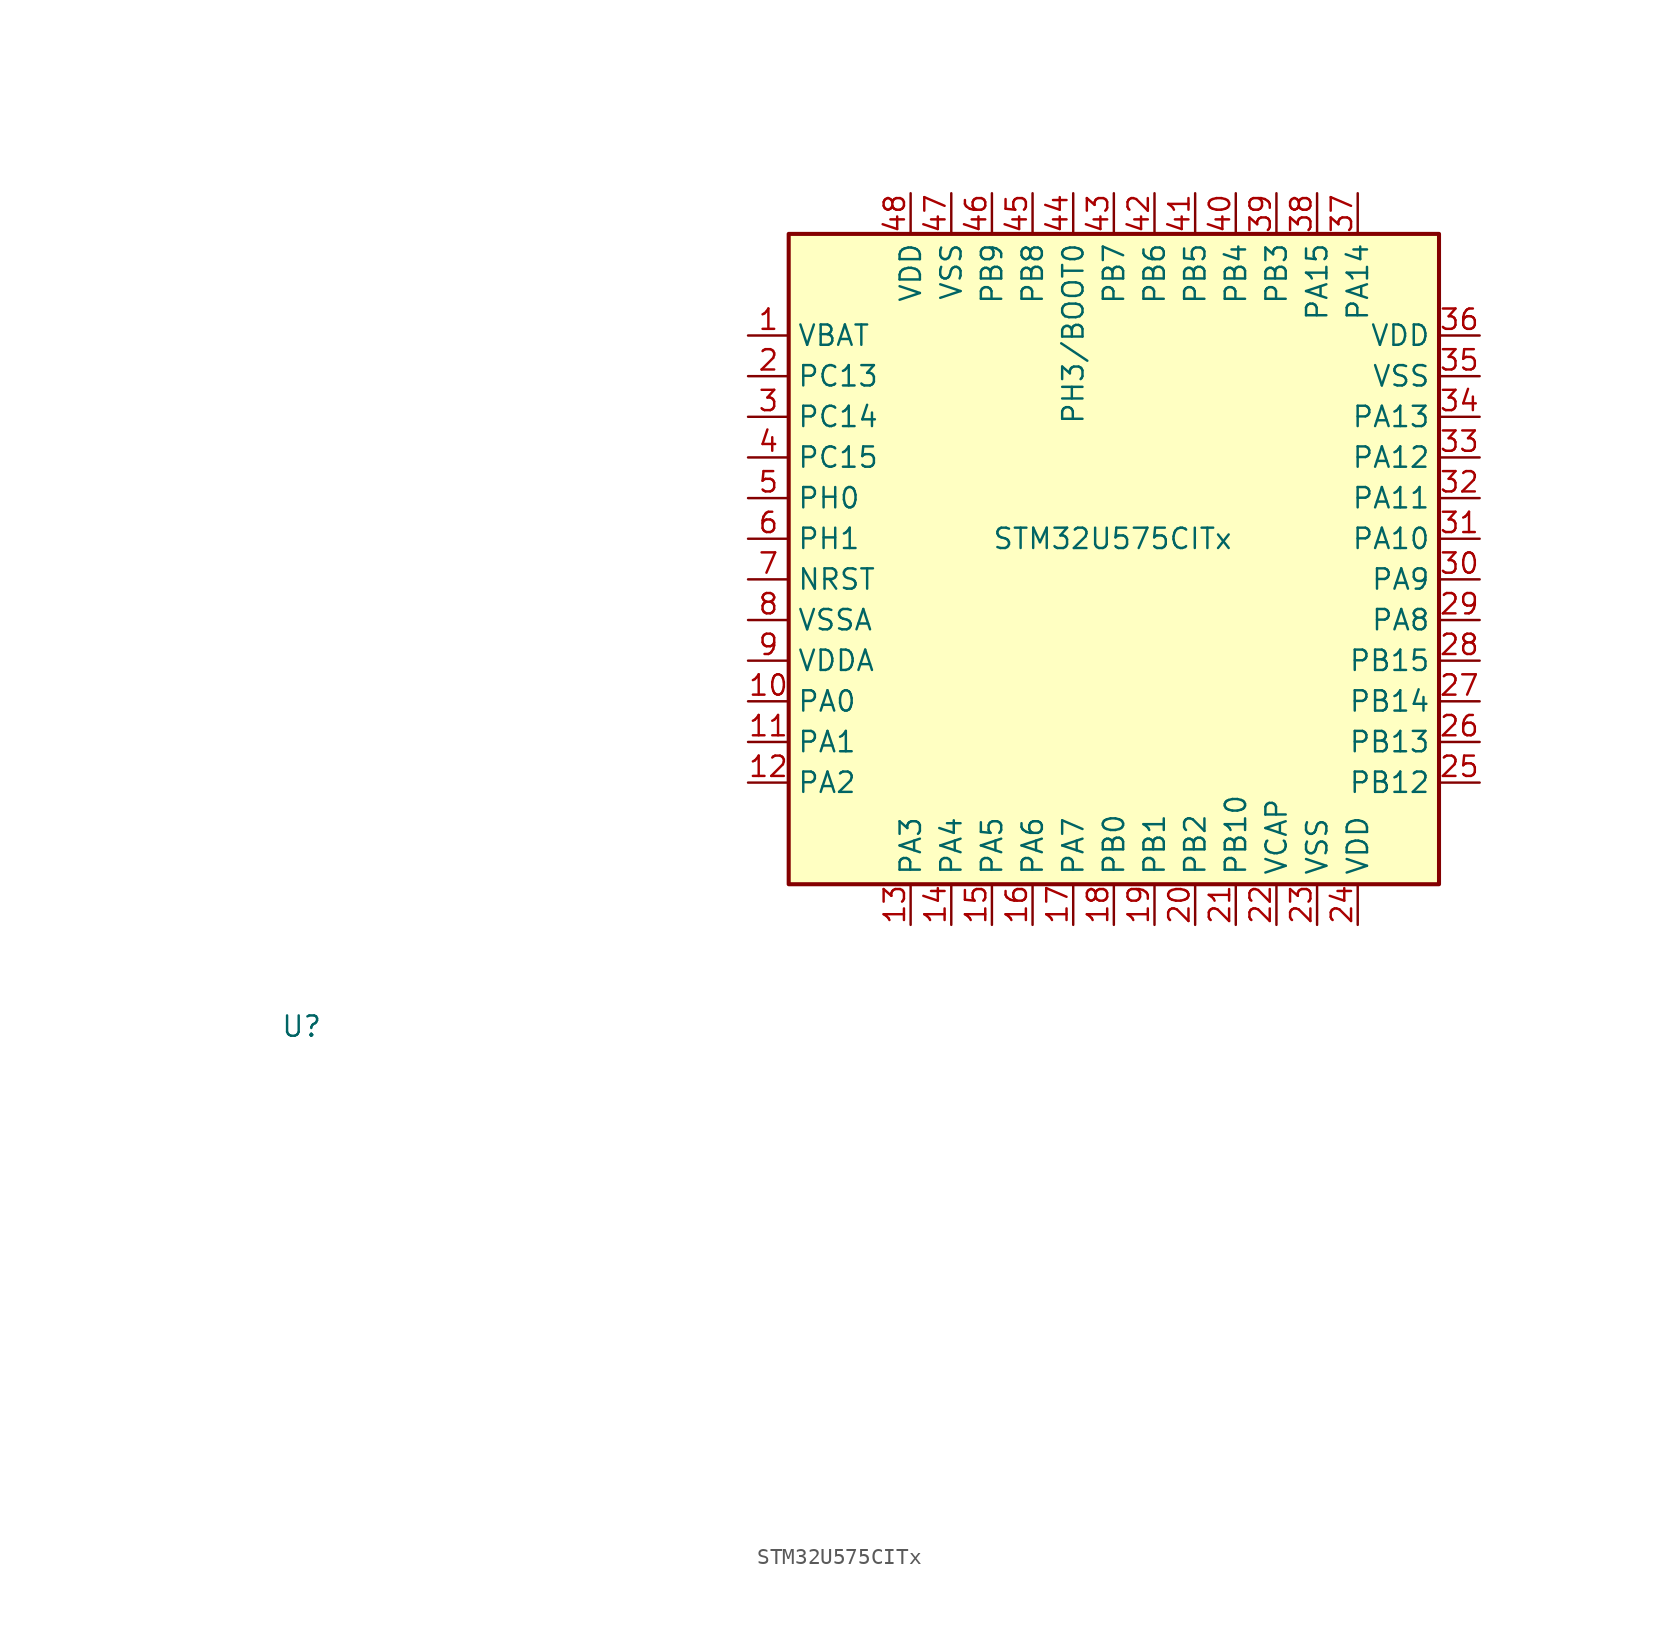
<source format=kicad_sym>
(kicad_symbol_lib
  (version 20241209)
  (generator "kicad_symbol_editor")
  (generator_version "9.0")
  (symbol "STM32U575CITx"
    (property "Reference" "U"
      (at -52.07 -30.48 0)
      (effects (font (size 1.27 1.27)) (justify left)))
    (property "Value" "STM32U575CITx"
      (at -7.62 0 0)
      (effects (font (size 1.27 1.27)) (justify left)))
    (symbol "STM32U575CITx_0_1"
      (rectangle (start -20.32 19.05) (end 20.32 -21.59) (stroke (width 0.254) (type default)) (fill (type background))))
    (symbol "STM32U575CITx_1_1"
      (pin passive line (at -57.15 -54.61 0) (length 2.54) (hide yes) (name "VSS" (effects (font (size 1.27 1.27)))) (number "35" (effects (font (size 1.27 1.27)))))
      (pin passive line (at -57.15 -54.61 0) (length 2.54) (hide yes) (name "VSS" (effects (font (size 1.27 1.27)))) (number "47" (effects (font (size 1.27 1.27)))))
      (pin power_in line (at -22.86 12.7 0) (length 2.54) (name "VBAT" (effects (font (size 1.27 1.27)))) (number "1" (effects (font (size 1.27 1.27)))))
      (pin bidirectional line (at -22.86 10.16 0) (length 2.54) (name "PC13" (effects (font (size 1.27 1.27)))) (number "2" (effects (font (size 1.27 1.27)))) (alternate "PWR_WKUP2" bidirectional line) (alternate "RTC_OUT1" bidirectional line) (alternate "RTC_TS" bidirectional line) (alternate "TAMP_IN1" bidirectional line) (alternate "TAMP_OUT2" bidirectional line))
      (pin bidirectional line (at -22.86 7.62 0) (length 2.54) (name "PC14" (effects (font (size 1.27 1.27)))) (number "3" (effects (font (size 1.27 1.27)))) (alternate "RCC_OSC32_IN" bidirectional line))
      (pin bidirectional line (at -22.86 5.08 0) (length 2.54) (name "PC15" (effects (font (size 1.27 1.27)))) (number "4" (effects (font (size 1.27 1.27)))) (alternate "ADC1_EXTI15" bidirectional line) (alternate "ADC4_EXTI15" bidirectional line) (alternate "RCC_OSC32_OUT" bidirectional line))
      (pin bidirectional line (at -22.86 2.54 0) (length 2.54) (name "PH0" (effects (font (size 1.27 1.27)))) (number "5" (effects (font (size 1.27 1.27)))) (alternate "RCC_OSC_IN" bidirectional line))
      (pin bidirectional line (at -22.86 0 0) (length 2.54) (name "PH1" (effects (font (size 1.27 1.27)))) (number "6" (effects (font (size 1.27 1.27)))) (alternate "RCC_OSC_OUT" bidirectional line))
      (pin input line (at -22.86 -2.54 0) (length 2.54) (name "NRST" (effects (font (size 1.27 1.27)))) (number "7" (effects (font (size 1.27 1.27)))))
      (pin power_in line (at -22.86 -5.08 0) (length 2.54) (name "VSSA" (effects (font (size 1.27 1.27)))) (number "8" (effects (font (size 1.27 1.27)))))
      (pin power_in line (at -22.86 -7.62 0) (length 2.54) (name "VDDA" (effects (font (size 1.27 1.27)))) (number "9" (effects (font (size 1.27 1.27)))))
      (pin bidirectional line (at -22.86 -10.16 0) (length 2.54) (name "PA0" (effects (font (size 1.27 1.27)))) (number "10" (effects (font (size 1.27 1.27)))) (alternate "ADC1_IN5" bidirectional line) (alternate "AUDIOCLK" bidirectional line) (alternate "OCTOSPIM_P2_NCS" bidirectional line) (alternate "OPAMP1_VINP" bidirectional line) (alternate "PWR_WKUP1" bidirectional line) (alternate "SPI3_RDY" bidirectional line) (alternate "TAMP_IN2" bidirectional line) (alternate "TAMP_OUT1" bidirectional line) (alternate "TIM2_CH1" bidirectional line) (alternate "TIM2_ETR" bidirectional line) (alternate "TIM5_CH1" bidirectional line) (alternate "TIM8_ETR" bidirectional line) (alternate "UART4_TX" bidirectional line) (alternate "USART2_CTS" bidirectional line))
      (pin bidirectional line (at -22.86 -12.7 0) (length 2.54) (name "PA1" (effects (font (size 1.27 1.27)))) (number "11" (effects (font (size 1.27 1.27)))) (alternate "ADC1_IN6" bidirectional line) (alternate "I2C1_SMBA" bidirectional line) (alternate "LPTIM1_CH2" bidirectional line) (alternate "OCTOSPIM_P1_DQS" bidirectional line) (alternate "OPAMP1_VINM" bidirectional line) (alternate "PWR_WKUP3" bidirectional line) (alternate "SPI1_SCK" bidirectional line) (alternate "TAMP_IN5" bidirectional line) (alternate "TAMP_OUT4" bidirectional line) (alternate "TIM15_CH1N" bidirectional line) (alternate "TIM2_CH2" bidirectional line) (alternate "TIM5_CH2" bidirectional line) (alternate "UART4_RX" bidirectional line) (alternate "USART2_DE" bidirectional line) (alternate "USART2_RTS" bidirectional line))
      (pin bidirectional line (at -22.86 -15.24 0) (length 2.54) (name "PA2" (effects (font (size 1.27 1.27)))) (number "12" (effects (font (size 1.27 1.27)))) (alternate "ADC1_IN7" bidirectional line) (alternate "COMP1_INP" bidirectional line) (alternate "LPUART1_TX" bidirectional line) (alternate "OCTOSPIM_P1_NCS" bidirectional line) (alternate "PWR_WKUP4" bidirectional line) (alternate "RCC_LSCO" bidirectional line) (alternate "SPI1_RDY" bidirectional line) (alternate "TIM15_CH1" bidirectional line) (alternate "TIM2_CH3" bidirectional line) (alternate "TIM5_CH3" bidirectional line) (alternate "UCPD1_FRSTX1" bidirectional line) (alternate "USART2_TX" bidirectional line))
      (pin power_in line (at -12.7 21.59 270) (length 2.54) (name "VDD" (effects (font (size 1.27 1.27)))) (number "48" (effects (font (size 1.27 1.27)))))
      (pin bidirectional line (at -12.7 -24.13 90) (length 2.54) (name "PA3" (effects (font (size 1.27 1.27)))) (number "13" (effects (font (size 1.27 1.27)))) (alternate "ADC1_IN8" bidirectional line) (alternate "LPUART1_RX" bidirectional line) (alternate "OCTOSPIM_P1_CLK" bidirectional line) (alternate "OPAMP1_VOUT" bidirectional line) (alternate "PWR_WKUP5" bidirectional line) (alternate "SAI1_CK1" bidirectional line) (alternate "SAI1_MCLK_A" bidirectional line) (alternate "TIM15_CH2" bidirectional line) (alternate "TIM2_CH4" bidirectional line) (alternate "TIM5_CH4" bidirectional line) (alternate "USART2_RX" bidirectional line))
      (pin power_in line (at -10.16 21.59 270) (length 2.54) (name "VSS" (effects (font (size 1.27 1.27)))) (number "47" (effects (font (size 1.27 1.27)))))
      (pin bidirectional line (at -10.16 -24.13 90) (length 2.54) (name "PA4" (effects (font (size 1.27 1.27)))) (number "14" (effects (font (size 1.27 1.27)))) (alternate "ADC1_IN9" bidirectional line) (alternate "ADC4_IN9" bidirectional line) (alternate "DAC1_OUT1" bidirectional line) (alternate "LPTIM2_CH1" bidirectional line) (alternate "OCTOSPIM_P1_NCS" bidirectional line) (alternate "PWR_WKUP2" bidirectional line) (alternate "SAI1_FS_B" bidirectional line) (alternate "SPI1_NSS" bidirectional line) (alternate "SPI3_NSS" bidirectional line) (alternate "USART2_CK" bidirectional line))
      (pin bidirectional line (at -7.62 21.59 270) (length 2.54) (name "PB9" (effects (font (size 1.27 1.27)))) (number "46" (effects (font (size 1.27 1.27)))) (alternate "DAC1_EXTI9" bidirectional line) (alternate "FDCAN1_TX" bidirectional line) (alternate "I2C1_SDA" bidirectional line) (alternate "IR_OUT" bidirectional line) (alternate "SAI1_D2" bidirectional line) (alternate "SAI1_FS_A" bidirectional line) (alternate "SPI2_NSS" bidirectional line) (alternate "TIM17_CH1" bidirectional line) (alternate "TIM4_CH4" bidirectional line))
      (pin bidirectional line (at -7.62 -24.13 90) (length 2.54) (name "PA5" (effects (font (size 1.27 1.27)))) (number "15" (effects (font (size 1.27 1.27)))) (alternate "ADC1_IN10" bidirectional line) (alternate "ADC4_IN10" bidirectional line) (alternate "DAC1_OUT2" bidirectional line) (alternate "LPTIM2_ETR" bidirectional line) (alternate "PWR_CSLEEP" bidirectional line) (alternate "PWR_WKUP6" bidirectional line) (alternate "SPI1_SCK" bidirectional line) (alternate "TIM2_CH1" bidirectional line) (alternate "TIM2_ETR" bidirectional line) (alternate "TIM8_CH1N" bidirectional line) (alternate "USART3_RX" bidirectional line))
      (pin bidirectional line (at -5.08 21.59 270) (length 2.54) (name "PB8" (effects (font (size 1.27 1.27)))) (number "45" (effects (font (size 1.27 1.27)))) (alternate "FDCAN1_RX" bidirectional line) (alternate "I2C1_SCL" bidirectional line) (alternate "MDF1_CCK0" bidirectional line) (alternate "PWR_WKUP5" bidirectional line) (alternate "SAI1_CK1" bidirectional line) (alternate "SAI1_MCLK_A" bidirectional line) (alternate "SPI3_RDY" bidirectional line) (alternate "TIM16_CH1" bidirectional line) (alternate "TIM4_CH3" bidirectional line))
      (pin bidirectional line (at -5.08 -24.13 90) (length 2.54) (name "PA6" (effects (font (size 1.27 1.27)))) (number "16" (effects (font (size 1.27 1.27)))) (alternate "ADC1_IN11" bidirectional line) (alternate "ADC4_IN11" bidirectional line) (alternate "LPUART1_CTS" bidirectional line) (alternate "OCTOSPIM_P1_IO3" bidirectional line) (alternate "OPAMP2_VINP" bidirectional line) (alternate "PWR_CDSTOP" bidirectional line) (alternate "PWR_WKUP7" bidirectional line) (alternate "SPI1_MISO" bidirectional line) (alternate "TIM16_CH1" bidirectional line) (alternate "TIM1_BKIN" bidirectional line) (alternate "TIM3_CH1" bidirectional line) (alternate "TIM8_BKIN" bidirectional line) (alternate "USART3_CTS" bidirectional line))
      (pin bidirectional line (at -2.54 21.59 270) (length 2.54) (name "PH3/BOOT0" (effects (font (size 1.27 1.27)))) (number "44" (effects (font (size 1.27 1.27)))))
      (pin bidirectional line (at -2.54 -24.13 90) (length 2.54) (name "PA7" (effects (font (size 1.27 1.27)))) (number "17" (effects (font (size 1.27 1.27)))) (alternate "ADC1_IN12" bidirectional line) (alternate "ADC4_IN20" bidirectional line) (alternate "I2C3_SCL" bidirectional line) (alternate "LPTIM2_CH2" bidirectional line) (alternate "OCTOSPIM_P1_IO2" bidirectional line) (alternate "OPAMP2_VINM" bidirectional line) (alternate "PWR_SRDSTOP" bidirectional line) (alternate "PWR_WKUP8" bidirectional line) (alternate "SPI1_MOSI" bidirectional line) (alternate "TIM17_CH1" bidirectional line) (alternate "TIM1_CH1N" bidirectional line) (alternate "TIM3_CH2" bidirectional line) (alternate "TIM8_CH1N" bidirectional line) (alternate "USART3_TX" bidirectional line))
      (pin bidirectional line (at 0 21.59 270) (length 2.54) (name "PB7" (effects (font (size 1.27 1.27)))) (number "43" (effects (font (size 1.27 1.27)))) (alternate "COMP2_INM" bidirectional line) (alternate "I2C1_SDA" bidirectional line) (alternate "I2C4_SDA" bidirectional line) (alternate "LPTIM1_IN2" bidirectional line) (alternate "MDF1_CKI5" bidirectional line) (alternate "PWR_PVD_IN" bidirectional line) (alternate "PWR_WKUP4" bidirectional line) (alternate "TIM17_CH1N" bidirectional line) (alternate "TIM4_CH2" bidirectional line) (alternate "TIM8_BKIN" bidirectional line) (alternate "TSC_G2_IO4" bidirectional line) (alternate "UART4_CTS" bidirectional line) (alternate "USART1_RX" bidirectional line))
      (pin bidirectional line (at 0 -24.13 90) (length 2.54) (name "PB0" (effects (font (size 1.27 1.27)))) (number "18" (effects (font (size 1.27 1.27)))) (alternate "ADC1_IN15" bidirectional line) (alternate "ADC4_IN18" bidirectional line) (alternate "AUDIOCLK" bidirectional line) (alternate "COMP1_OUT" bidirectional line) (alternate "LPTIM3_CH1" bidirectional line) (alternate "OCTOSPIM_P1_IO1" bidirectional line) (alternate "OPAMP2_VOUT" bidirectional line) (alternate "SPI1_NSS" bidirectional line) (alternate "TIM1_CH2N" bidirectional line) (alternate "TIM3_CH3" bidirectional line) (alternate "TIM8_CH2N" bidirectional line) (alternate "USART3_CK" bidirectional line))
      (pin bidirectional line (at 2.54 21.59 270) (length 2.54) (name "PB6" (effects (font (size 1.27 1.27)))) (number "42" (effects (font (size 1.27 1.27)))) (alternate "COMP2_INP" bidirectional line) (alternate "I2C1_SCL" bidirectional line) (alternate "I2C4_SCL" bidirectional line) (alternate "LPTIM1_ETR" bidirectional line) (alternate "MDF1_SDI5" bidirectional line) (alternate "PWR_WKUP3" bidirectional line) (alternate "SAI1_FS_B" bidirectional line) (alternate "TIM16_CH1N" bidirectional line) (alternate "TIM4_CH1" bidirectional line) (alternate "TIM8_BKIN2" bidirectional line) (alternate "TSC_G2_IO3" bidirectional line) (alternate "USART1_TX" bidirectional line))
      (pin bidirectional line (at 2.54 -24.13 90) (length 2.54) (name "PB1" (effects (font (size 1.27 1.27)))) (number "19" (effects (font (size 1.27 1.27)))) (alternate "ADC1_IN16" bidirectional line) (alternate "ADC4_IN19" bidirectional line) (alternate "COMP1_INM" bidirectional line) (alternate "LPTIM2_IN1" bidirectional line) (alternate "LPTIM3_CH2" bidirectional line) (alternate "LPUART1_DE" bidirectional line) (alternate "LPUART1_RTS" bidirectional line) (alternate "MDF1_SDI0" bidirectional line) (alternate "OCTOSPIM_P1_IO0" bidirectional line) (alternate "PWR_WKUP4" bidirectional line) (alternate "TIM1_CH3N" bidirectional line) (alternate "TIM3_CH4" bidirectional line) (alternate "TIM8_CH3N" bidirectional line) (alternate "USART3_DE" bidirectional line) (alternate "USART3_RTS" bidirectional line))
      (pin bidirectional line (at 5.08 21.59 270) (length 2.54) (name "PB5" (effects (font (size 1.27 1.27)))) (number "41" (effects (font (size 1.27 1.27)))) (alternate "COMP2_OUT" bidirectional line) (alternate "I2C1_SMBA" bidirectional line) (alternate "LPTIM1_IN1" bidirectional line) (alternate "OCTOSPIM_P1_NCLK" bidirectional line) (alternate "PWR_WKUP6" bidirectional line) (alternate "SAI1_SD_B" bidirectional line) (alternate "SPI1_MOSI" bidirectional line) (alternate "SPI3_MOSI" bidirectional line) (alternate "TIM16_BKIN" bidirectional line) (alternate "TIM3_CH2" bidirectional line) (alternate "TSC_G2_IO2" bidirectional line) (alternate "UCPD1_DBCC1" bidirectional line) (alternate "USART1_CK" bidirectional line))
      (pin bidirectional line (at 5.08 -24.13 90) (length 2.54) (name "PB2" (effects (font (size 1.27 1.27)))) (number "20" (effects (font (size 1.27 1.27)))) (alternate "ADC1_IN17" bidirectional line) (alternate "COMP1_INP" bidirectional line) (alternate "I2C3_SMBA" bidirectional line) (alternate "LPTIM1_CH1" bidirectional line) (alternate "MDF1_CKI0" bidirectional line) (alternate "OCTOSPIM_P1_DQS" bidirectional line) (alternate "PWR_WKUP1" bidirectional line) (alternate "RTC_OUT2" bidirectional line) (alternate "SPI1_RDY" bidirectional line) (alternate "TIM8_CH4N" bidirectional line) (alternate "UCPD1_FRSTX1" bidirectional line))
      (pin bidirectional line (at 7.62 21.59 270) (length 2.54) (name "PB4" (effects (font (size 1.27 1.27)))) (number "40" (effects (font (size 1.27 1.27)))) (alternate "ADF1_SDI0" bidirectional line) (alternate "COMP2_INP" bidirectional line) (alternate "DEBUG_JTRST" bidirectional line) (alternate "I2C3_SDA" bidirectional line) (alternate "LPTIM1_CH2" bidirectional line) (alternate "SAI1_MCLK_B" bidirectional line) (alternate "SPI1_MISO" bidirectional line) (alternate "SPI3_MISO" bidirectional line) (alternate "TIM17_BKIN" bidirectional line) (alternate "TIM3_CH1" bidirectional line) (alternate "TSC_G2_IO1" bidirectional line) (alternate "USART1_CTS" bidirectional line))
      (pin bidirectional line (at 7.62 -24.13 90) (length 2.54) (name "PB10" (effects (font (size 1.27 1.27)))) (number "21" (effects (font (size 1.27 1.27)))) (alternate "COMP1_OUT" bidirectional line) (alternate "I2C2_SCL" bidirectional line) (alternate "I2C4_SCL" bidirectional line) (alternate "LPTIM3_CH1" bidirectional line) (alternate "LPUART1_RX" bidirectional line) (alternate "OCTOSPIM_P1_CLK" bidirectional line) (alternate "PWR_WKUP8" bidirectional line) (alternate "SAI1_SCK_A" bidirectional line) (alternate "SPI2_SCK" bidirectional line) (alternate "TIM2_CH3" bidirectional line) (alternate "TSC_SYNC" bidirectional line) (alternate "USART3_TX" bidirectional line))
      (pin bidirectional line (at 10.16 21.59 270) (length 2.54) (name "PB3" (effects (font (size 1.27 1.27)))) (number "39" (effects (font (size 1.27 1.27)))) (alternate "ADF1_CCK0" bidirectional line) (alternate "COMP2_INM" bidirectional line) (alternate "CRS_SYNC" bidirectional line) (alternate "DEBUG_JTDO-SWO" bidirectional line) (alternate "I2C1_SDA" bidirectional line) (alternate "LPTIM1_CH1" bidirectional line) (alternate "SAI1_SCK_B" bidirectional line) (alternate "SPI1_SCK" bidirectional line) (alternate "SPI3_SCK" bidirectional line) (alternate "TIM2_CH2" bidirectional line) (alternate "USART1_DE" bidirectional line) (alternate "USART1_RTS" bidirectional line))
      (pin power_out line (at 10.16 -24.13 90) (length 2.54) (name "VCAP" (effects (font (size 1.27 1.27)))) (number "22" (effects (font (size 1.27 1.27)))))
      (pin bidirectional line (at 12.7 21.59 270) (length 2.54) (name "PA15" (effects (font (size 1.27 1.27)))) (number "38" (effects (font (size 1.27 1.27)))) (alternate "ADC1_EXTI15" bidirectional line) (alternate "ADC4_EXTI15" bidirectional line) (alternate "DEBUG_JTDI" bidirectional line) (alternate "SPI1_NSS" bidirectional line) (alternate "SPI3_NSS" bidirectional line) (alternate "TIM2_CH1" bidirectional line) (alternate "TIM2_ETR" bidirectional line) (alternate "UART4_DE" bidirectional line) (alternate "UART4_RTS" bidirectional line) (alternate "UCPD1_CC1" bidirectional line) (alternate "USART2_RX" bidirectional line) (alternate "USART3_DE" bidirectional line) (alternate "USART3_RTS" bidirectional line))
      (pin power_in line (at 12.7 -24.13 90) (length 2.54) (name "VSS" (effects (font (size 1.27 1.27)))) (number "23" (effects (font (size 1.27 1.27)))))
      (pin bidirectional line (at 15.24 21.59 270) (length 2.54) (name "PA14" (effects (font (size 1.27 1.27)))) (number "37" (effects (font (size 1.27 1.27)))) (alternate "DEBUG_JTCK-SWCLK" bidirectional line) (alternate "I2C1_SMBA" bidirectional line) (alternate "I2C4_SMBA" bidirectional line) (alternate "LPTIM1_CH1" bidirectional line) (alternate "SAI1_FS_B" bidirectional line) (alternate "USB_OTG_FS_SOF" bidirectional line))
      (pin power_in line (at 15.24 -24.13 90) (length 2.54) (name "VDD" (effects (font (size 1.27 1.27)))) (number "24" (effects (font (size 1.27 1.27)))))
      (pin power_in line (at 22.86 12.7 180) (length 2.54) (name "VDD" (effects (font (size 1.27 1.27)))) (number "36" (effects (font (size 1.27 1.27)))))
      (pin power_in line (at 22.86 10.16 180) (length 2.54) (name "VSS" (effects (font (size 1.27 1.27)))) (number "35" (effects (font (size 1.27 1.27)))))
      (pin bidirectional line (at 22.86 7.62 180) (length 2.54) (name "PA13" (effects (font (size 1.27 1.27)))) (number "34" (effects (font (size 1.27 1.27)))) (alternate "DEBUG_JTMS-SWDIO" bidirectional line) (alternate "IR_OUT" bidirectional line) (alternate "SAI1_SD_B" bidirectional line) (alternate "USB_OTG_FS_NOE" bidirectional line))
      (pin bidirectional line (at 22.86 5.08 180) (length 2.54) (name "PA12" (effects (font (size 1.27 1.27)))) (number "33" (effects (font (size 1.27 1.27)))) (alternate "FDCAN1_TX" bidirectional line) (alternate "OCTOSPIM_P2_NCS" bidirectional line) (alternate "SPI1_MOSI" bidirectional line) (alternate "TIM1_ETR" bidirectional line) (alternate "USART1_DE" bidirectional line) (alternate "USART1_RTS" bidirectional line) (alternate "USB_OTG_FS_DP" bidirectional line))
      (pin bidirectional line (at 22.86 2.54 180) (length 2.54) (name "PA11" (effects (font (size 1.27 1.27)))) (number "32" (effects (font (size 1.27 1.27)))) (alternate "ADC1_EXTI11" bidirectional line) (alternate "FDCAN1_RX" bidirectional line) (alternate "SPI1_MISO" bidirectional line) (alternate "TIM1_BKIN2" bidirectional line) (alternate "TIM1_CH4" bidirectional line) (alternate "USART1_CTS" bidirectional line) (alternate "USB_OTG_FS_DM" bidirectional line))
      (pin bidirectional line (at 22.86 0 180) (length 2.54) (name "PA10" (effects (font (size 1.27 1.27)))) (number "31" (effects (font (size 1.27 1.27)))) (alternate "CRS_SYNC" bidirectional line) (alternate "LPTIM2_IN2" bidirectional line) (alternate "SAI1_D1" bidirectional line) (alternate "SAI1_SD_A" bidirectional line) (alternate "TIM17_BKIN" bidirectional line) (alternate "TIM1_CH3" bidirectional line) (alternate "USART1_RX" bidirectional line) (alternate "USB_OTG_FS_ID" bidirectional line))
      (pin bidirectional line (at 22.86 -2.54 180) (length 2.54) (name "PA9" (effects (font (size 1.27 1.27)))) (number "30" (effects (font (size 1.27 1.27)))) (alternate "DAC1_EXTI9" bidirectional line) (alternate "SAI1_FS_A" bidirectional line) (alternate "SPI2_SCK" bidirectional line) (alternate "TIM15_BKIN" bidirectional line) (alternate "TIM1_CH2" bidirectional line) (alternate "USART1_TX" bidirectional line) (alternate "USB_OTG_FS_VBUS" bidirectional line))
      (pin bidirectional line (at 22.86 -5.08 180) (length 2.54) (name "PA8" (effects (font (size 1.27 1.27)))) (number "29" (effects (font (size 1.27 1.27)))) (alternate "DEBUG_TRACECLK" bidirectional line) (alternate "LPTIM2_CH1" bidirectional line) (alternate "RCC_MCO" bidirectional line) (alternate "SAI1_CK2" bidirectional line) (alternate "SAI1_SCK_A" bidirectional line) (alternate "SPI1_RDY" bidirectional line) (alternate "TIM1_CH1" bidirectional line) (alternate "USART1_CK" bidirectional line) (alternate "USB_OTG_FS_SOF" bidirectional line))
      (pin bidirectional line (at 22.86 -7.62 180) (length 2.54) (name "PB15" (effects (font (size 1.27 1.27)))) (number "28" (effects (font (size 1.27 1.27)))) (alternate "ADC1_EXTI15" bidirectional line) (alternate "ADC4_EXTI15" bidirectional line) (alternate "LPTIM2_IN2" bidirectional line) (alternate "MDF1_CKI2" bidirectional line) (alternate "PWR_WKUP7" bidirectional line) (alternate "RTC_REFIN" bidirectional line) (alternate "SPI2_MOSI" bidirectional line) (alternate "TIM15_CH2" bidirectional line) (alternate "TIM1_CH3N" bidirectional line) (alternate "TIM8_CH3N" bidirectional line) (alternate "UCPD1_CC2" bidirectional line))
      (pin bidirectional line (at 22.86 -10.16 180) (length 2.54) (name "PB14" (effects (font (size 1.27 1.27)))) (number "27" (effects (font (size 1.27 1.27)))) (alternate "I2C2_SDA" bidirectional line) (alternate "LPTIM3_ETR" bidirectional line) (alternate "MDF1_SDI2" bidirectional line) (alternate "SPI2_MISO" bidirectional line) (alternate "TIM15_CH1" bidirectional line) (alternate "TIM1_CH2N" bidirectional line) (alternate "TIM8_CH2N" bidirectional line) (alternate "TSC_G1_IO3" bidirectional line) (alternate "UCPD1_DBCC2" bidirectional line) (alternate "USART3_DE" bidirectional line) (alternate "USART3_RTS" bidirectional line))
      (pin bidirectional line (at 22.86 -12.7 180) (length 2.54) (name "PB13" (effects (font (size 1.27 1.27)))) (number "26" (effects (font (size 1.27 1.27)))) (alternate "I2C2_SCL" bidirectional line) (alternate "LPTIM3_IN1" bidirectional line) (alternate "LPUART1_CTS" bidirectional line) (alternate "MDF1_CKI1" bidirectional line) (alternate "SPI2_SCK" bidirectional line) (alternate "TIM15_CH1N" bidirectional line) (alternate "TIM1_CH1N" bidirectional line) (alternate "TSC_G1_IO2" bidirectional line) (alternate "USART3_CTS" bidirectional line))
      (pin bidirectional line (at 22.86 -15.24 180) (length 2.54) (name "PB12" (effects (font (size 1.27 1.27)))) (number "25" (effects (font (size 1.27 1.27)))) (alternate "I2C2_SMBA" bidirectional line) (alternate "LPUART1_DE" bidirectional line) (alternate "LPUART1_RTS" bidirectional line) (alternate "MDF1_SDI1" bidirectional line) (alternate "OCTOSPIM_P1_NCLK" bidirectional line) (alternate "SPI2_NSS" bidirectional line) (alternate "TIM15_BKIN" bidirectional line) (alternate "TIM1_BKIN" bidirectional line) (alternate "TSC_G1_IO1" bidirectional line) (alternate "USART3_CK" bidirectional line)))))
</source>
